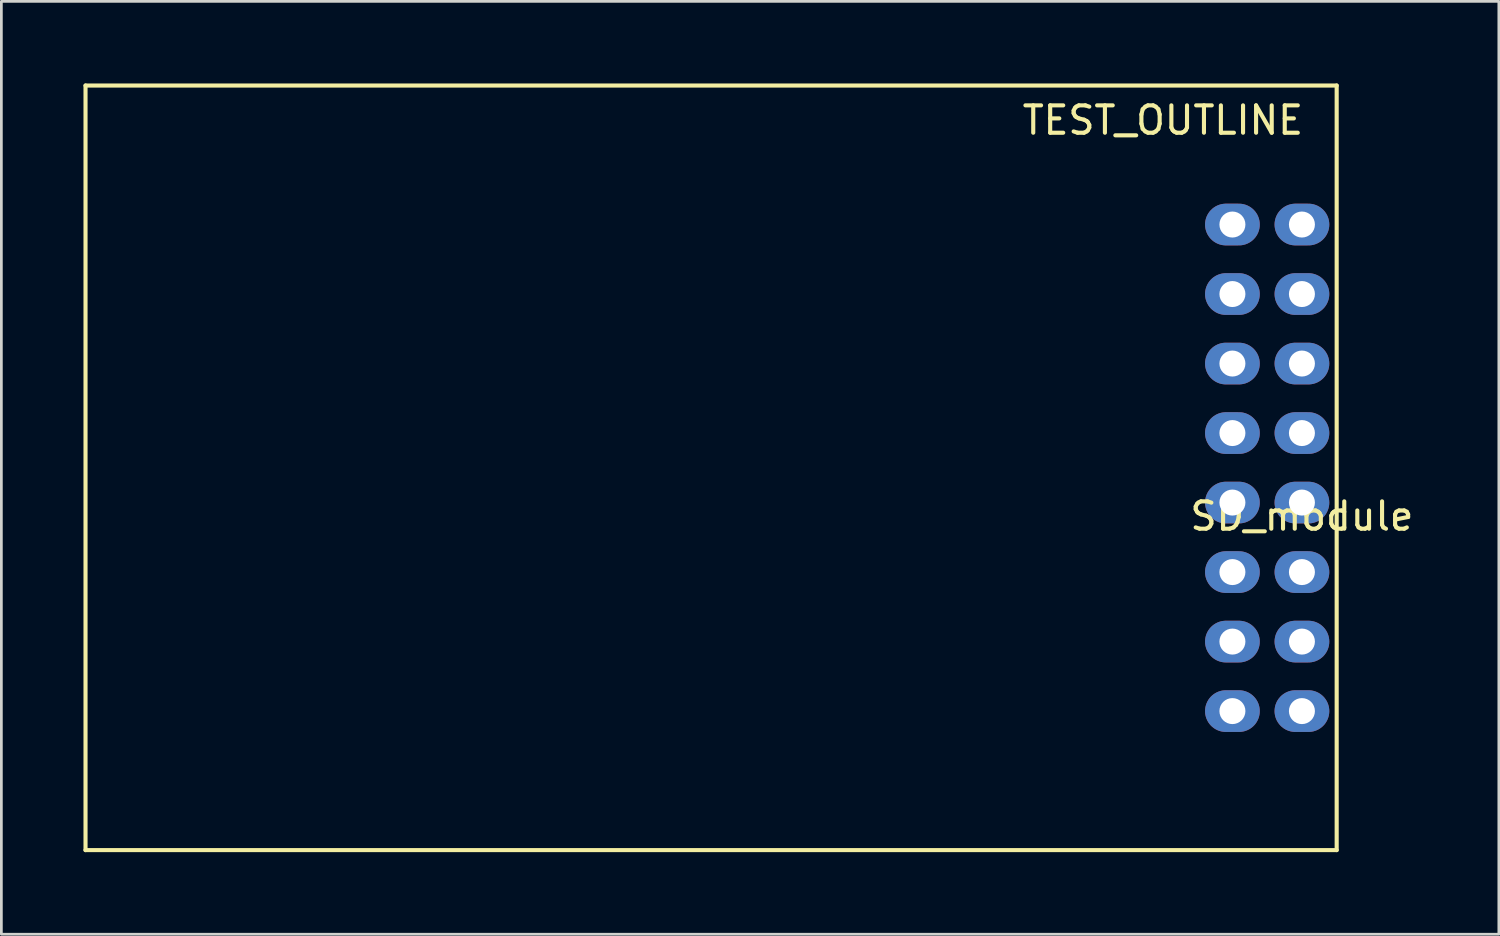
<source format=kicad_pcb>
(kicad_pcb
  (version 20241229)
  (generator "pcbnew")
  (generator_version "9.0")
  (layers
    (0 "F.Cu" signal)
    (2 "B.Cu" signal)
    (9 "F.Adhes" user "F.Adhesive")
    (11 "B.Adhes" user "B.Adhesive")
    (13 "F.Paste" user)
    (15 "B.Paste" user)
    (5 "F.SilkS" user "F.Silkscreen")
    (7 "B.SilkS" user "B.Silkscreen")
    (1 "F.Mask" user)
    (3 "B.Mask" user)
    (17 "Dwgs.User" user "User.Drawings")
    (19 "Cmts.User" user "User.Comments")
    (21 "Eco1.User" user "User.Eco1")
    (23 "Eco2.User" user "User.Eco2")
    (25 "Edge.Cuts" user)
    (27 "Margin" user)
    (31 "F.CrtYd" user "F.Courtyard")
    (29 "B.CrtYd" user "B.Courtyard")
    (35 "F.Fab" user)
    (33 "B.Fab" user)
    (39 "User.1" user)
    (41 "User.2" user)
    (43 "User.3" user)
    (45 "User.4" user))
  (footprint "SD_module"
    (layer "F.Cu")
    (at 44.525 14.045)
    (property "Reference" "SD_module" (at 0 1.77 0) (layer "F.SilkS") (effects (font (size 1 1) (thickness 0.15))))
    (attr through_hole)
    (fp_line (start -44.45 -13.97) (end 1.27 -13.97) (stroke (width 0.15) (type solid)) (layer "F.SilkS"))
    (fp_line (start -44.45 13.97) (end -44.45 -13.97) (stroke (width 0.15) (type solid)) (layer "F.SilkS"))
    (fp_line (start 1.27 -13.97) (end 1.27 13.97) (stroke (width 0.15) (type solid)) (layer "F.SilkS"))
    (fp_line (start 1.27 13.97) (end -44.45 13.97) (stroke (width 0.15) (type solid)) (layer "F.SilkS"))
    (fp_text user "TEST_OUTLINE" (at -5.08 -12.7 0) (layer "F.SilkS") (effects (font (size 1 1) (thickness 0.15))))
    (pad "1" thru_hole oval (at -2.54 -8.89) (size 2 1.524) (drill 0.95) (layers "*.Cu" "*.Mask"))
    (pad "1" thru_hole oval (at 0 -8.89) (size 2 1.524) (drill 0.95) (layers "*.Cu" "*.Mask"))
    (pad "2" thru_hole oval (at -2.54 -6.35) (size 2 1.524) (drill 0.95) (layers "*.Cu" "*.Mask"))
    (pad "2" thru_hole oval (at 0 -6.35) (size 2 1.524) (drill 0.95) (layers "*.Cu" "*.Mask"))
    (pad "3" thru_hole oval (at -2.54 -3.81) (size 2 1.524) (drill 0.95) (layers "*.Cu" "*.Mask"))
    (pad "3" thru_hole oval (at 0 -3.81) (size 2 1.524) (drill 0.95) (layers "*.Cu" "*.Mask"))
    (pad "4" thru_hole oval (at -2.54 -1.27) (size 2 1.524) (drill 0.95) (layers "*.Cu" "*.Mask"))
    (pad "4" thru_hole oval (at 0 -1.27) (size 2 1.524) (drill 0.95) (layers "*.Cu" "*.Mask"))
    (pad "5" thru_hole oval (at -2.54 1.27) (size 2 1.524) (drill 0.95) (layers "*.Cu" "*.Mask"))
    (pad "5" thru_hole oval (at 0 1.27) (size 2 1.524) (drill 0.95) (layers "*.Cu" "*.Mask"))
    (pad "6" thru_hole oval (at -2.54 3.81) (size 2 1.524) (drill 0.95) (layers "*.Cu" "*.Mask"))
    (pad "6" thru_hole oval (at 0 3.81) (size 2 1.524) (drill 0.95) (layers "*.Cu" "*.Mask"))
    (pad "7" thru_hole oval (at -2.54 6.35) (size 2 1.524) (drill 0.95) (layers "*.Cu" "*.Mask"))
    (pad "7" thru_hole oval (at 0 6.35) (size 2 1.524) (drill 0.95) (layers "*.Cu" "*.Mask"))
    (pad "8" thru_hole oval (at -2.54 8.89) (size 2 1.524) (drill 0.95) (layers "*.Cu" "*.Mask"))
    (pad "8" thru_hole oval (at 0 8.89) (size 2 1.524) (drill 0.95) (layers "*.Cu" "*.Mask")))
  (gr_rect
    (start -3 -3)
    (end 51.721 31.09)
    (stroke (width 0.1) (type default))
    (fill no)
    (layer "Edge.Cuts")))
</source>
